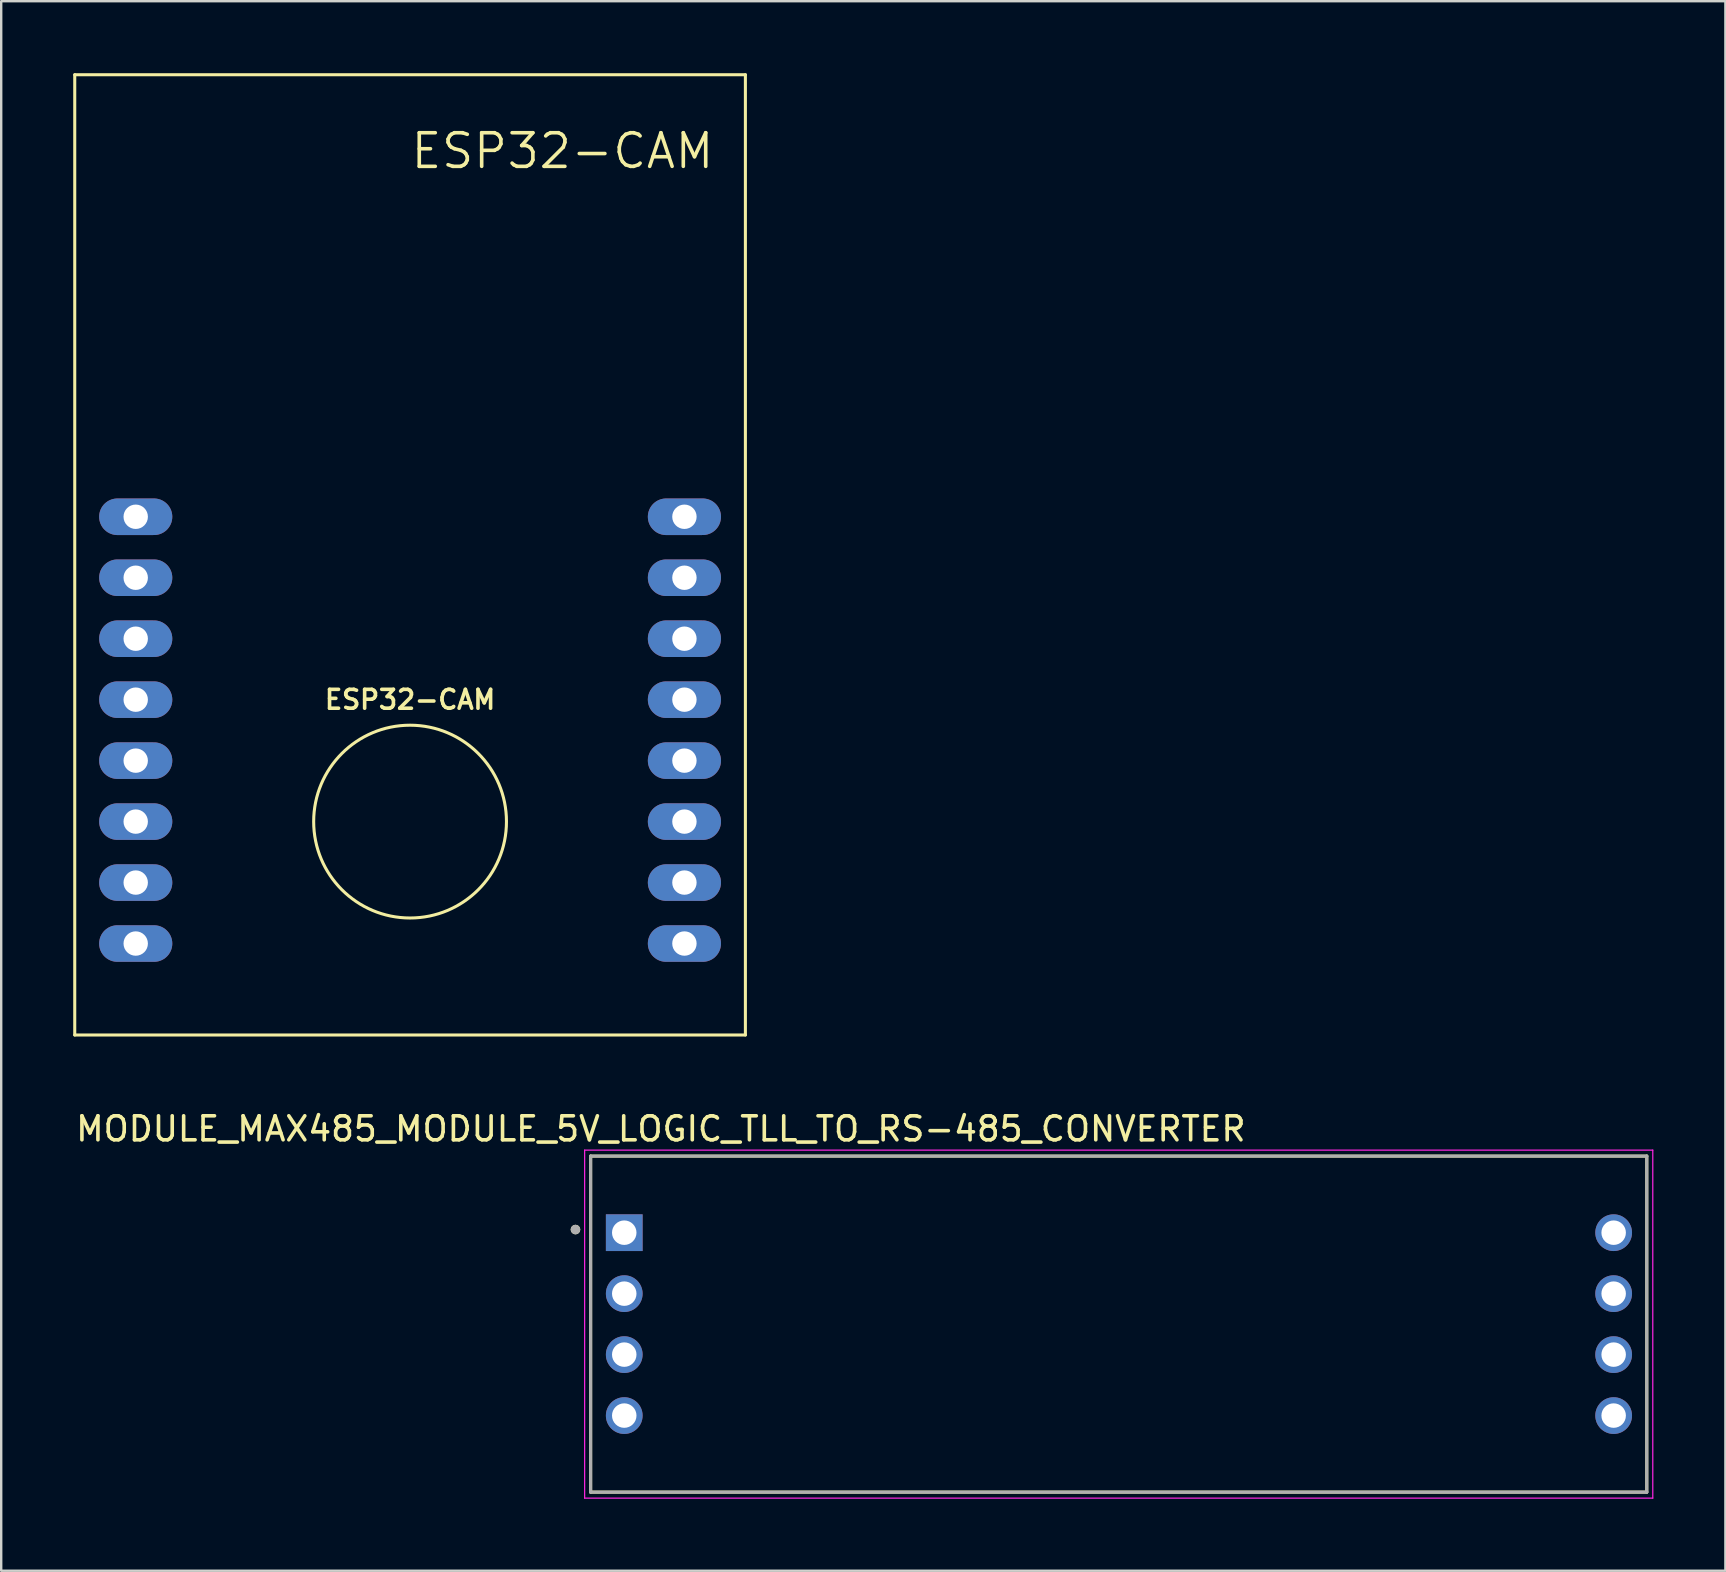
<source format=kicad_pcb>
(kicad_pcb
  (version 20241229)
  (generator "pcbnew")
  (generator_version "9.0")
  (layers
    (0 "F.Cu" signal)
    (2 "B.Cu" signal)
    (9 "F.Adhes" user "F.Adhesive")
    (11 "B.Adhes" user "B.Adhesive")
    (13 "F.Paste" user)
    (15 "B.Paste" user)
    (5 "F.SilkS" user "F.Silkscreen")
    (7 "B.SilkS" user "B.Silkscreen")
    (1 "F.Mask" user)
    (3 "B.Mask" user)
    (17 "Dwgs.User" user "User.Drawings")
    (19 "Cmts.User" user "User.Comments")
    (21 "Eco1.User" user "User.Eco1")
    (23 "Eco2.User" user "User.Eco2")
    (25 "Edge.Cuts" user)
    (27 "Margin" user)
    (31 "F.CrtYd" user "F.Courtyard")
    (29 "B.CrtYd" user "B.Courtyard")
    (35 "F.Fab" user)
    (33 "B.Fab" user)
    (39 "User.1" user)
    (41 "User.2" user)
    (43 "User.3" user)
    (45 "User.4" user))
  (footprint "MODULE_MAX485_MODULE_5V_LOGIC_TLL_TO_RS-485_CONVERTER"
    (layer "F.Cu")
    (at 43.557 52.115)
    (property "Reference" "MODULE_MAX485_MODULE_5V_LOGIC_TLL_TO_RS-485_CONVERTER" (at -19.075 -8.135 0) (layer "F.SilkS") (effects (font (size 1 1) (thickness 0.15))))
    (attr through_hole)
    (fp_line (start -22 -7) (end 22 -7) (stroke (width 0.127) (type solid)) (layer "F.SilkS"))
    (fp_line (start -22 7) (end -22 -7) (stroke (width 0.127) (type solid)) (layer "F.SilkS"))
    (fp_line (start 22 -7) (end 22 7) (stroke (width 0.127) (type solid)) (layer "F.SilkS"))
    (fp_line (start 22 7) (end -22 7) (stroke (width 0.127) (type solid)) (layer "F.SilkS"))
    (fp_circle (center -22.632 -3.94) (end -22.532 -3.94) (stroke (width 0.2) (type solid)) (fill no) (layer "F.SilkS"))
    (fp_line (start -22.25 -7.25) (end -22.25 7.25) (stroke (width 0.05) (type solid)) (layer "F.CrtYd"))
    (fp_line (start -22.25 7.25) (end 22.25 7.25) (stroke (width 0.05) (type solid)) (layer "F.CrtYd"))
    (fp_line (start 22.25 -7.25) (end -22.25 -7.25) (stroke (width 0.05) (type solid)) (layer "F.CrtYd"))
    (fp_line (start 22.25 7.25) (end 22.25 -7.25) (stroke (width 0.05) (type solid)) (layer "F.CrtYd"))
    (fp_line (start -22 -7) (end 22 -7) (stroke (width 0.127) (type solid)) (layer "F.Fab"))
    (fp_line (start -22 7) (end -22 -7) (stroke (width 0.127) (type solid)) (layer "F.Fab"))
    (fp_line (start 22 -7) (end 22 7) (stroke (width 0.127) (type solid)) (layer "F.Fab"))
    (fp_line (start 22 7) (end -22 7) (stroke (width 0.127) (type solid)) (layer "F.Fab"))
    (fp_circle (center -22.632 -3.94) (end -22.532 -3.94) (stroke (width 0.2) (type solid)) (fill no) (layer "F.Fab"))
    (pad "1" thru_hole rect (at -20.6 -3.81) (size 1.53 1.53) (drill 1.02) (layers "*.Cu" "*.Mask"))
    (pad "2" thru_hole circle (at -20.6 -1.27) (size 1.53 1.53) (drill 1.02) (layers "*.Cu" "*.Mask"))
    (pad "3" thru_hole circle (at -20.6 1.27) (size 1.53 1.53) (drill 1.02) (layers "*.Cu" "*.Mask"))
    (pad "4" thru_hole circle (at -20.6 3.81) (size 1.53 1.53) (drill 1.02) (layers "*.Cu" "*.Mask"))
    (pad "5" thru_hole circle (at 20.62 3.81) (size 1.53 1.53) (drill 1.02) (layers "*.Cu" "*.Mask"))
    (pad "6" thru_hole circle (at 20.62 1.27) (size 1.53 1.53) (drill 1.02) (layers "*.Cu" "*.Mask"))
    (pad "7" thru_hole circle (at 20.62 -1.27) (size 1.53 1.53) (drill 1.02) (layers "*.Cu" "*.Mask"))
    (pad "8" thru_hole circle (at 20.62 -3.81) (size 1.53 1.53) (drill 1.02) (layers "*.Cu" "*.Mask")))
  (footprint "ESP32-CAM"
    (layer "F.Cu")
    (at 14.034 26.099)
    (property "Reference" "ESP32-CAM" (at 0 0 0) (layer "F.SilkS") (effects (font (size 0.787 0.787) (thickness 0.15))))
    (attr through_hole)
    (fp_line (start -13.97 -26.035) (end -13.97 13.97) (stroke (width 0.127) (type solid)) (layer "F.SilkS"))
    (fp_line (start -13.97 13.97) (end 13.97 13.97) (stroke (width 0.127) (type solid)) (layer "F.SilkS"))
    (fp_line (start 13.97 -26.035) (end -13.97 -26.035) (stroke (width 0.127) (type solid)) (layer "F.SilkS"))
    (fp_line (start 13.97 13.97) (end 13.97 -26.035) (stroke (width 0.127) (type solid)) (layer "F.SilkS"))
    (fp_circle (center 0 5.08) (end 4.016 5.08) (stroke (width 0.127) (type solid)) (fill no) (layer "F.SilkS"))
    (fp_text user "ESP32-CAM" (at 6.35 -22.86 0) (layer "F.SilkS") (effects (font (size 1.4 1.4) (thickness 0.15))))
    (pad "1" thru_hole oval (at -11.43 -7.62) (size 3.048 1.524) (drill 1.016) (layers "*.Cu" "*.Mask"))
    (pad "2" thru_hole oval (at -11.43 -5.08) (size 3.048 1.524) (drill 1.016) (layers "*.Cu" "*.Mask"))
    (pad "3" thru_hole oval (at -11.43 -2.54) (size 3.048 1.524) (drill 1.016) (layers "*.Cu" "*.Mask"))
    (pad "4" thru_hole oval (at -11.43 0) (size 3.048 1.524) (drill 1.016) (layers "*.Cu" "*.Mask"))
    (pad "5" thru_hole oval (at -11.43 2.54) (size 3.048 1.524) (drill 1.016) (layers "*.Cu" "*.Mask"))
    (pad "6" thru_hole oval (at -11.43 5.08) (size 3.048 1.524) (drill 1.016) (layers "*.Cu" "*.Mask"))
    (pad "7" thru_hole oval (at -11.43 7.62) (size 3.048 1.524) (drill 1.016) (layers "*.Cu" "*.Mask"))
    (pad "8" thru_hole oval (at -11.43 10.16) (size 3.048 1.524) (drill 1.016) (layers "*.Cu" "*.Mask"))
    (pad "9" thru_hole oval (at 11.43 10.16) (size 3.048 1.524) (drill 1.016) (layers "*.Cu" "*.Mask"))
    (pad "10" thru_hole oval (at 11.43 7.62) (size 3.048 1.524) (drill 1.016) (layers "*.Cu" "*.Mask"))
    (pad "11" thru_hole oval (at 11.43 5.08) (size 3.048 1.524) (drill 1.016) (layers "*.Cu" "*.Mask"))
    (pad "12" thru_hole oval (at 11.43 2.54) (size 3.048 1.524) (drill 1.016) (layers "*.Cu" "*.Mask"))
    (pad "13" thru_hole oval (at 11.43 0) (size 3.048 1.524) (drill 1.016) (layers "*.Cu" "*.Mask"))
    (pad "14" thru_hole oval (at 11.43 -2.54) (size 3.048 1.524) (drill 1.016) (layers "*.Cu" "*.Mask"))
    (pad "15" thru_hole oval (at 11.43 -5.08) (size 3.048 1.524) (drill 1.016) (layers "*.Cu" "*.Mask"))
    (pad "16" thru_hole oval (at 11.43 -7.62) (size 3.048 1.524) (drill 1.016) (layers "*.Cu" "*.Mask")))
  (gr_rect
    (start -3 -3)
    (end 68.832 62.39)
    (stroke (width 0.1) (type default))
    (fill no)
    (layer "Edge.Cuts")))
</source>
